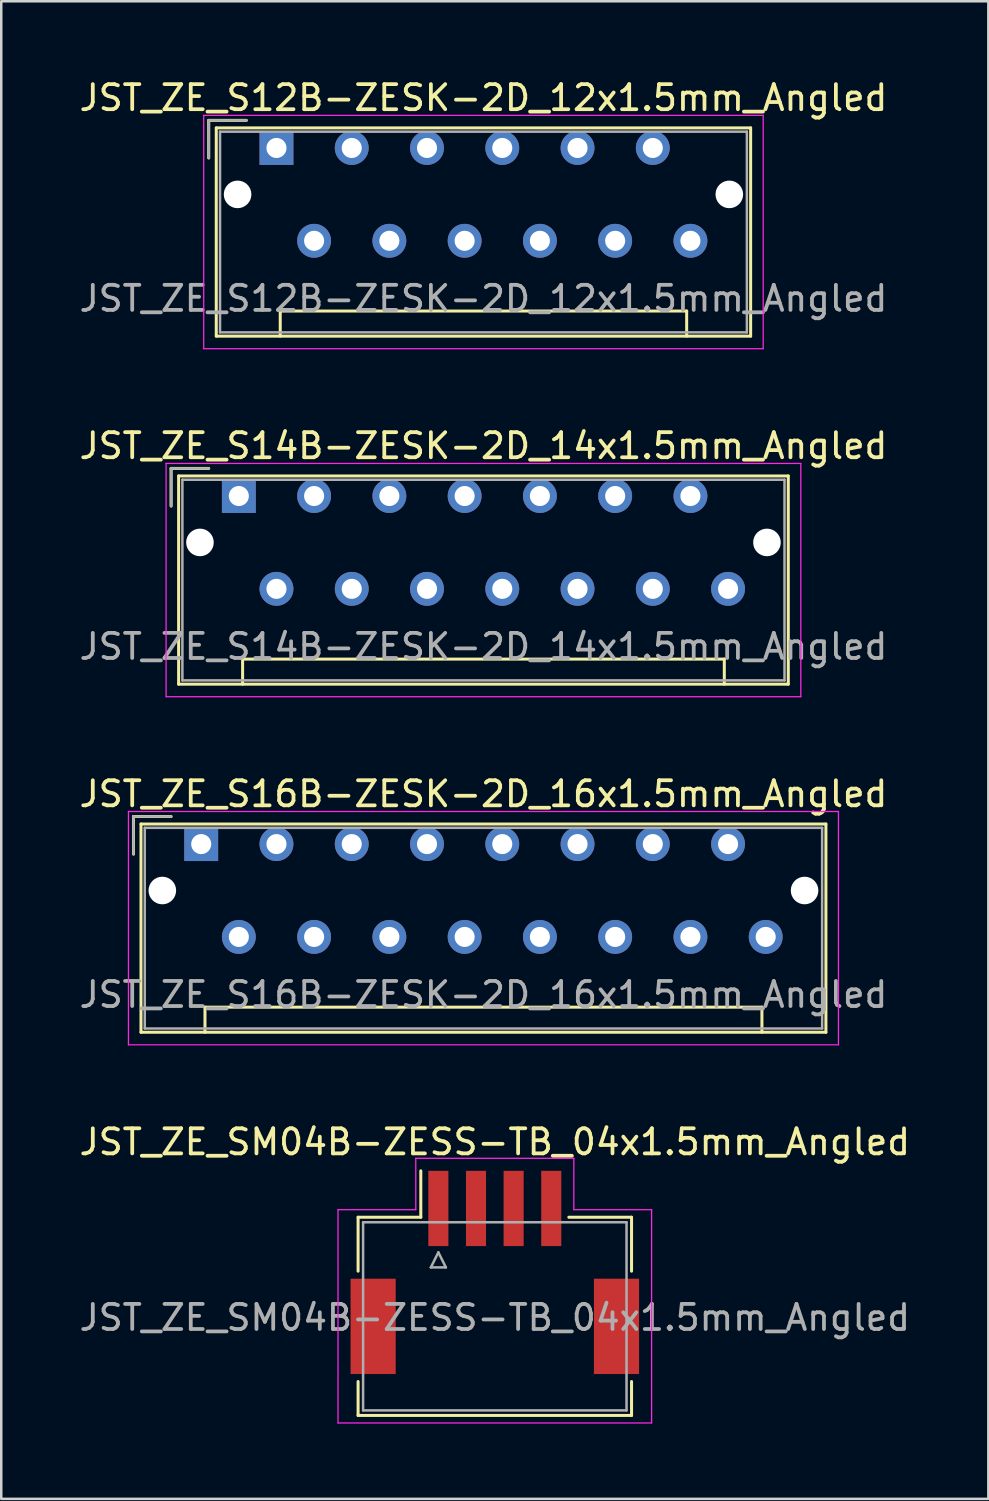
<source format=kicad_pcb>
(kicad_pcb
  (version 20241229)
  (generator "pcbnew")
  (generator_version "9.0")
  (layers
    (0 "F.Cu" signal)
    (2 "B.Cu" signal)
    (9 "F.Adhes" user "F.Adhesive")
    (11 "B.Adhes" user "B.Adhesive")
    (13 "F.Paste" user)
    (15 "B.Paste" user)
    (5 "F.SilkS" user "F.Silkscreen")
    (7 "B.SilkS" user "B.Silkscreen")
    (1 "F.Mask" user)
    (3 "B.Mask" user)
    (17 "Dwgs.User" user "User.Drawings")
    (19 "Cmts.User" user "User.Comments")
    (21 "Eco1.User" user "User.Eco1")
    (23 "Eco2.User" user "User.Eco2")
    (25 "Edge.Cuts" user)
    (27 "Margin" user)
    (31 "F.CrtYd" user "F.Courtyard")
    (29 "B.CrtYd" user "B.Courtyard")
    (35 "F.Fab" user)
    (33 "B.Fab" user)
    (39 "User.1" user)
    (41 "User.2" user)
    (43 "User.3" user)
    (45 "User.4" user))
  (footprint "JST_ZE_S14B-ZESK-2D_14x1.5mm_Angled"
    (layer "F.Cu")
    (at 6.47 16.721)
    (property "Reference" "JST_ZE_S14B-ZESK-2D_14x1.5mm_Angled" (at 9.75 -2 0) (layer "F.SilkS") (effects (font (size 1 1) (thickness 0.15))))
    (attr through_hole)
    (fp_line (start -2.7 -1.1) (end -1.2 -1.1) (stroke (width 0.12) (type solid)) (layer "F.SilkS"))
    (fp_line (start -2.7 0.4) (end -2.7 -1.1) (stroke (width 0.12) (type solid)) (layer "F.SilkS"))
    (fp_line (start -2.4 -0.8) (end -2.4 7.5) (stroke (width 0.12) (type solid)) (layer "F.SilkS"))
    (fp_line (start -2.4 7.5) (end 21.9 7.5) (stroke (width 0.12) (type solid)) (layer "F.SilkS"))
    (fp_line (start 0.15 6.5) (end 19.35 6.5) (stroke (width 0.12) (type solid)) (layer "F.SilkS"))
    (fp_line (start 0.15 7.5) (end 0.15 6.5) (stroke (width 0.12) (type solid)) (layer "F.SilkS"))
    (fp_line (start 19.35 6.5) (end 19.35 7.5) (stroke (width 0.12) (type solid)) (layer "F.SilkS"))
    (fp_line (start 21.9 -0.8) (end -2.4 -0.8) (stroke (width 0.12) (type solid)) (layer "F.SilkS"))
    (fp_line (start 21.9 7.5) (end 21.9 -0.8) (stroke (width 0.12) (type solid)) (layer "F.SilkS"))
    (fp_line (start -2.9 -1.3) (end -2.9 8) (stroke (width 0.05) (type solid)) (layer "F.CrtYd"))
    (fp_line (start -2.9 8) (end 22.4 8) (stroke (width 0.05) (type solid)) (layer "F.CrtYd"))
    (fp_line (start 22.4 -1.3) (end -2.9 -1.3) (stroke (width 0.05) (type solid)) (layer "F.CrtYd"))
    (fp_line (start 22.4 8) (end 22.4 -1.3) (stroke (width 0.05) (type solid)) (layer "F.CrtYd"))
    (fp_line (start -2.7 -1.1) (end -1.2 -1.1) (stroke (width 0.1) (type solid)) (layer "F.Fab"))
    (fp_line (start -2.7 0.4) (end -2.7 -1.1) (stroke (width 0.1) (type solid)) (layer "F.Fab"))
    (fp_line (start -2.25 -0.65) (end -2.25 7.35) (stroke (width 0.1) (type solid)) (layer "F.Fab"))
    (fp_line (start -2.25 7.35) (end 21.75 7.35) (stroke (width 0.1) (type solid)) (layer "F.Fab"))
    (fp_line (start 21.75 -0.65) (end -2.25 -0.65) (stroke (width 0.1) (type solid)) (layer "F.Fab"))
    (fp_line (start 21.75 7.35) (end 21.75 -0.65) (stroke (width 0.1) (type solid)) (layer "F.Fab"))
    (fp_text user "${REFERENCE}" (at 9.75 6 0) (layer "F.Fab") (effects (font (size 1 1) (thickness 0.15))))
    (pad "" np_thru_hole circle (at -1.55 1.85) (size 1.1 1.1) (drill 1.1) (layers "*.Cu"))
    (pad "" np_thru_hole circle (at 21.05 1.85) (size 1.1 1.1) (drill 1.1) (layers "*.Cu"))
    (pad "1" thru_hole rect (at 0 0) (size 1.35 1.35) (drill 0.8) (layers "*.Cu" "*.Mask"))
    (pad "2" thru_hole circle (at 1.5 3.7) (size 1.35 1.35) (drill 0.8) (layers "*.Cu" "*.Mask"))
    (pad "3" thru_hole circle (at 3 0) (size 1.35 1.35) (drill 0.8) (layers "*.Cu" "*.Mask"))
    (pad "4" thru_hole circle (at 4.5 3.7) (size 1.35 1.35) (drill 0.8) (layers "*.Cu" "*.Mask"))
    (pad "5" thru_hole circle (at 6 0) (size 1.35 1.35) (drill 0.8) (layers "*.Cu" "*.Mask"))
    (pad "6" thru_hole circle (at 7.5 3.7) (size 1.35 1.35) (drill 0.8) (layers "*.Cu" "*.Mask"))
    (pad "7" thru_hole circle (at 9 0) (size 1.35 1.35) (drill 0.8) (layers "*.Cu" "*.Mask"))
    (pad "8" thru_hole circle (at 10.5 3.7) (size 1.35 1.35) (drill 0.8) (layers "*.Cu" "*.Mask"))
    (pad "9" thru_hole circle (at 12 0) (size 1.35 1.35) (drill 0.8) (layers "*.Cu" "*.Mask"))
    (pad "10" thru_hole circle (at 13.5 3.7) (size 1.35 1.35) (drill 0.8) (layers "*.Cu" "*.Mask"))
    (pad "11" thru_hole circle (at 15 0) (size 1.35 1.35) (drill 0.8) (layers "*.Cu" "*.Mask"))
    (pad "12" thru_hole circle (at 16.5 3.7) (size 1.35 1.35) (drill 0.8) (layers "*.Cu" "*.Mask"))
    (pad "13" thru_hole circle (at 18 0) (size 1.35 1.35) (drill 0.8) (layers "*.Cu" "*.Mask"))
    (pad "14" thru_hole circle (at 19.5 3.7) (size 1.35 1.35) (drill 0.8) (layers "*.Cu" "*.Mask")))
  (footprint "JST_ZE_S16B-ZESK-2D_16x1.5mm_Angled"
    (layer "F.Cu")
    (at 4.97 30.595)
    (property "Reference" "JST_ZE_S16B-ZESK-2D_16x1.5mm_Angled" (at 11.25 -2 0) (layer "F.SilkS") (effects (font (size 1 1) (thickness 0.15))))
    (attr through_hole)
    (fp_line (start -2.7 -1.1) (end -1.2 -1.1) (stroke (width 0.12) (type solid)) (layer "F.SilkS"))
    (fp_line (start -2.7 0.4) (end -2.7 -1.1) (stroke (width 0.12) (type solid)) (layer "F.SilkS"))
    (fp_line (start -2.4 -0.8) (end -2.4 7.5) (stroke (width 0.12) (type solid)) (layer "F.SilkS"))
    (fp_line (start -2.4 7.5) (end 24.9 7.5) (stroke (width 0.12) (type solid)) (layer "F.SilkS"))
    (fp_line (start 0.15 6.5) (end 22.35 6.5) (stroke (width 0.12) (type solid)) (layer "F.SilkS"))
    (fp_line (start 0.15 7.5) (end 0.15 6.5) (stroke (width 0.12) (type solid)) (layer "F.SilkS"))
    (fp_line (start 22.35 6.5) (end 22.35 7.5) (stroke (width 0.12) (type solid)) (layer "F.SilkS"))
    (fp_line (start 24.9 -0.8) (end -2.4 -0.8) (stroke (width 0.12) (type solid)) (layer "F.SilkS"))
    (fp_line (start 24.9 7.5) (end 24.9 -0.8) (stroke (width 0.12) (type solid)) (layer "F.SilkS"))
    (fp_line (start -2.9 -1.3) (end -2.9 8) (stroke (width 0.05) (type solid)) (layer "F.CrtYd"))
    (fp_line (start -2.9 8) (end 25.4 8) (stroke (width 0.05) (type solid)) (layer "F.CrtYd"))
    (fp_line (start 25.4 -1.3) (end -2.9 -1.3) (stroke (width 0.05) (type solid)) (layer "F.CrtYd"))
    (fp_line (start 25.4 8) (end 25.4 -1.3) (stroke (width 0.05) (type solid)) (layer "F.CrtYd"))
    (fp_line (start -2.7 -1.1) (end -1.2 -1.1) (stroke (width 0.1) (type solid)) (layer "F.Fab"))
    (fp_line (start -2.7 0.4) (end -2.7 -1.1) (stroke (width 0.1) (type solid)) (layer "F.Fab"))
    (fp_line (start -2.25 -0.65) (end -2.25 7.35) (stroke (width 0.1) (type solid)) (layer "F.Fab"))
    (fp_line (start -2.25 7.35) (end 24.75 7.35) (stroke (width 0.1) (type solid)) (layer "F.Fab"))
    (fp_line (start 24.75 -0.65) (end -2.25 -0.65) (stroke (width 0.1) (type solid)) (layer "F.Fab"))
    (fp_line (start 24.75 7.35) (end 24.75 -0.65) (stroke (width 0.1) (type solid)) (layer "F.Fab"))
    (fp_text user "${REFERENCE}" (at 11.25 6 0) (layer "F.Fab") (effects (font (size 1 1) (thickness 0.15))))
    (pad "" np_thru_hole circle (at -1.55 1.85) (size 1.1 1.1) (drill 1.1) (layers "*.Cu"))
    (pad "" np_thru_hole circle (at 24.05 1.85) (size 1.1 1.1) (drill 1.1) (layers "*.Cu"))
    (pad "1" thru_hole rect (at 0 0) (size 1.35 1.35) (drill 0.8) (layers "*.Cu" "*.Mask"))
    (pad "2" thru_hole circle (at 1.5 3.7) (size 1.35 1.35) (drill 0.8) (layers "*.Cu" "*.Mask"))
    (pad "3" thru_hole circle (at 3 0) (size 1.35 1.35) (drill 0.8) (layers "*.Cu" "*.Mask"))
    (pad "4" thru_hole circle (at 4.5 3.7) (size 1.35 1.35) (drill 0.8) (layers "*.Cu" "*.Mask"))
    (pad "5" thru_hole circle (at 6 0) (size 1.35 1.35) (drill 0.8) (layers "*.Cu" "*.Mask"))
    (pad "6" thru_hole circle (at 7.5 3.7) (size 1.35 1.35) (drill 0.8) (layers "*.Cu" "*.Mask"))
    (pad "7" thru_hole circle (at 9 0) (size 1.35 1.35) (drill 0.8) (layers "*.Cu" "*.Mask"))
    (pad "8" thru_hole circle (at 10.5 3.7) (size 1.35 1.35) (drill 0.8) (layers "*.Cu" "*.Mask"))
    (pad "9" thru_hole circle (at 12 0) (size 1.35 1.35) (drill 0.8) (layers "*.Cu" "*.Mask"))
    (pad "10" thru_hole circle (at 13.5 3.7) (size 1.35 1.35) (drill 0.8) (layers "*.Cu" "*.Mask"))
    (pad "11" thru_hole circle (at 15 0) (size 1.35 1.35) (drill 0.8) (layers "*.Cu" "*.Mask"))
    (pad "12" thru_hole circle (at 16.5 3.7) (size 1.35 1.35) (drill 0.8) (layers "*.Cu" "*.Mask"))
    (pad "13" thru_hole circle (at 18 0) (size 1.35 1.35) (drill 0.8) (layers "*.Cu" "*.Mask"))
    (pad "14" thru_hole circle (at 19.5 3.7) (size 1.35 1.35) (drill 0.8) (layers "*.Cu" "*.Mask"))
    (pad "15" thru_hole circle (at 21 0) (size 1.35 1.35) (drill 0.8) (layers "*.Cu" "*.Mask"))
    (pad "16" thru_hole circle (at 22.5 3.7) (size 1.35 1.35) (drill 0.8) (layers "*.Cu" "*.Mask")))
  (footprint "JST_ZE_S12B-ZESK-2D_12x1.5mm_Angled"
    (layer "F.Cu")
    (at 7.97 2.848)
    (property "Reference" "JST_ZE_S12B-ZESK-2D_12x1.5mm_Angled" (at 8.25 -2 0) (layer "F.SilkS") (effects (font (size 1 1) (thickness 0.15))))
    (attr through_hole)
    (fp_line (start -2.7 -1.1) (end -1.2 -1.1) (stroke (width 0.12) (type solid)) (layer "F.SilkS"))
    (fp_line (start -2.7 0.4) (end -2.7 -1.1) (stroke (width 0.12) (type solid)) (layer "F.SilkS"))
    (fp_line (start -2.4 -0.8) (end -2.4 7.5) (stroke (width 0.12) (type solid)) (layer "F.SilkS"))
    (fp_line (start -2.4 7.5) (end 18.9 7.5) (stroke (width 0.12) (type solid)) (layer "F.SilkS"))
    (fp_line (start 0.15 6.5) (end 16.35 6.5) (stroke (width 0.12) (type solid)) (layer "F.SilkS"))
    (fp_line (start 0.15 7.5) (end 0.15 6.5) (stroke (width 0.12) (type solid)) (layer "F.SilkS"))
    (fp_line (start 16.35 6.5) (end 16.35 7.5) (stroke (width 0.12) (type solid)) (layer "F.SilkS"))
    (fp_line (start 18.9 -0.8) (end -2.4 -0.8) (stroke (width 0.12) (type solid)) (layer "F.SilkS"))
    (fp_line (start 18.9 7.5) (end 18.9 -0.8) (stroke (width 0.12) (type solid)) (layer "F.SilkS"))
    (fp_line (start -2.9 -1.3) (end -2.9 8) (stroke (width 0.05) (type solid)) (layer "F.CrtYd"))
    (fp_line (start -2.9 8) (end 19.4 8) (stroke (width 0.05) (type solid)) (layer "F.CrtYd"))
    (fp_line (start 19.4 -1.3) (end -2.9 -1.3) (stroke (width 0.05) (type solid)) (layer "F.CrtYd"))
    (fp_line (start 19.4 8) (end 19.4 -1.3) (stroke (width 0.05) (type solid)) (layer "F.CrtYd"))
    (fp_line (start -2.7 -1.1) (end -1.2 -1.1) (stroke (width 0.1) (type solid)) (layer "F.Fab"))
    (fp_line (start -2.7 0.4) (end -2.7 -1.1) (stroke (width 0.1) (type solid)) (layer "F.Fab"))
    (fp_line (start -2.25 -0.65) (end -2.25 7.35) (stroke (width 0.1) (type solid)) (layer "F.Fab"))
    (fp_line (start -2.25 7.35) (end 18.75 7.35) (stroke (width 0.1) (type solid)) (layer "F.Fab"))
    (fp_line (start 18.75 -0.65) (end -2.25 -0.65) (stroke (width 0.1) (type solid)) (layer "F.Fab"))
    (fp_line (start 18.75 7.35) (end 18.75 -0.65) (stroke (width 0.1) (type solid)) (layer "F.Fab"))
    (fp_text user "${REFERENCE}" (at 8.25 6 0) (layer "F.Fab") (effects (font (size 1 1) (thickness 0.15))))
    (pad "" np_thru_hole circle (at -1.55 1.85) (size 1.1 1.1) (drill 1.1) (layers "*.Cu"))
    (pad "" np_thru_hole circle (at 18.05 1.85) (size 1.1 1.1) (drill 1.1) (layers "*.Cu"))
    (pad "1" thru_hole rect (at 0 0) (size 1.35 1.35) (drill 0.8) (layers "*.Cu" "*.Mask"))
    (pad "2" thru_hole circle (at 1.5 3.7) (size 1.35 1.35) (drill 0.8) (layers "*.Cu" "*.Mask"))
    (pad "3" thru_hole circle (at 3 0) (size 1.35 1.35) (drill 0.8) (layers "*.Cu" "*.Mask"))
    (pad "4" thru_hole circle (at 4.5 3.7) (size 1.35 1.35) (drill 0.8) (layers "*.Cu" "*.Mask"))
    (pad "5" thru_hole circle (at 6 0) (size 1.35 1.35) (drill 0.8) (layers "*.Cu" "*.Mask"))
    (pad "6" thru_hole circle (at 7.5 3.7) (size 1.35 1.35) (drill 0.8) (layers "*.Cu" "*.Mask"))
    (pad "7" thru_hole circle (at 9 0) (size 1.35 1.35) (drill 0.8) (layers "*.Cu" "*.Mask"))
    (pad "8" thru_hole circle (at 10.5 3.7) (size 1.35 1.35) (drill 0.8) (layers "*.Cu" "*.Mask"))
    (pad "9" thru_hole circle (at 12 0) (size 1.35 1.35) (drill 0.8) (layers "*.Cu" "*.Mask"))
    (pad "10" thru_hole circle (at 13.5 3.7) (size 1.35 1.35) (drill 0.8) (layers "*.Cu" "*.Mask"))
    (pad "11" thru_hole circle (at 15 0) (size 1.35 1.35) (drill 0.8) (layers "*.Cu" "*.Mask"))
    (pad "12" thru_hole circle (at 16.5 3.7) (size 1.35 1.35) (drill 0.8) (layers "*.Cu" "*.Mask")))
  (footprint "JST_ZE_SM04B-ZESS-TB_04x1.5mm_Angled"
    (layer "F.Cu")
    (at 16.673 47.468)
    (property "Reference" "JST_ZE_SM04B-ZESS-TB_04x1.5mm_Angled" (at 0 -5 0) (layer "F.SilkS") (effects (font (size 1 1) (thickness 0.15))))
    (attr smd)
    (fp_line (start -5.45 -2) (end -2.95 -2) (stroke (width 0.12) (type solid)) (layer "F.SilkS"))
    (fp_line (start -5.45 0.15) (end -5.45 -2) (stroke (width 0.12) (type solid)) (layer "F.SilkS"))
    (fp_line (start -5.45 4.55) (end -5.45 5.9) (stroke (width 0.12) (type solid)) (layer "F.SilkS"))
    (fp_line (start -5.45 5.9) (end 5.45 5.9) (stroke (width 0.12) (type solid)) (layer "F.SilkS"))
    (fp_line (start -2.95 -2) (end -2.95 -3.85) (stroke (width 0.12) (type solid)) (layer "F.SilkS"))
    (fp_line (start 5.45 -2) (end 2.95 -2) (stroke (width 0.12) (type solid)) (layer "F.SilkS"))
    (fp_line (start 5.45 0.15) (end 5.45 -2) (stroke (width 0.12) (type solid)) (layer "F.SilkS"))
    (fp_line (start 5.45 5.9) (end 5.45 4.55) (stroke (width 0.12) (type solid)) (layer "F.SilkS"))
    (fp_line (start -6.25 -2.3) (end -6.25 6.2) (stroke (width 0.05) (type solid)) (layer "F.CrtYd"))
    (fp_line (start -6.25 6.2) (end 6.25 6.2) (stroke (width 0.05) (type solid)) (layer "F.CrtYd"))
    (fp_line (start -3.15 -4.35) (end -3.15 -2.3) (stroke (width 0.05) (type solid)) (layer "F.CrtYd"))
    (fp_line (start -3.15 -2.3) (end -6.25 -2.3) (stroke (width 0.05) (type solid)) (layer "F.CrtYd"))
    (fp_line (start 3.15 -4.35) (end -3.15 -4.35) (stroke (width 0.05) (type solid)) (layer "F.CrtYd"))
    (fp_line (start 3.15 -2.3) (end 3.15 -4.35) (stroke (width 0.05) (type solid)) (layer "F.CrtYd"))
    (fp_line (start 6.25 -2.3) (end 3.15 -2.3) (stroke (width 0.05) (type solid)) (layer "F.CrtYd"))
    (fp_line (start 6.25 6.2) (end 6.25 -2.3) (stroke (width 0.05) (type solid)) (layer "F.CrtYd"))
    (fp_line (start -5.25 -1.8) (end -5.25 5.7) (stroke (width 0.1) (type solid)) (layer "F.Fab"))
    (fp_line (start -5.25 5.7) (end 5.25 5.7) (stroke (width 0.1) (type solid)) (layer "F.Fab"))
    (fp_line (start -2.55 0) (end -1.95 0) (stroke (width 0.1) (type solid)) (layer "F.Fab"))
    (fp_line (start -2.25 -0.6) (end -2.55 0) (stroke (width 0.1) (type solid)) (layer "F.Fab"))
    (fp_line (start -1.95 0) (end -2.25 -0.6) (stroke (width 0.1) (type solid)) (layer "F.Fab"))
    (fp_line (start 5.25 -1.8) (end -5.25 -1.8) (stroke (width 0.1) (type solid)) (layer "F.Fab"))
    (fp_line (start 5.25 5.7) (end 5.25 -1.8) (stroke (width 0.1) (type solid)) (layer "F.Fab"))
    (fp_text user "${REFERENCE}" (at 0 2 0) (layer "F.Fab") (effects (font (size 1 1) (thickness 0.15))))
    (pad "" smd rect (at -4.85 2.35) (size 1.8 3.8) (layers "F.Cu" "F.Mask" "F.Paste"))
    (pad "" smd rect (at 4.85 2.35) (size 1.8 3.8) (layers "F.Cu" "F.Mask" "F.Paste"))
    (pad "1" smd rect (at -2.25 -2.35) (size 0.8 3) (layers "F.Cu" "F.Mask" "F.Paste"))
    (pad "2" smd rect (at -0.75 -2.35) (size 0.8 3) (layers "F.Cu" "F.Mask" "F.Paste"))
    (pad "3" smd rect (at 0.75 -2.35) (size 0.8 3) (layers "F.Cu" "F.Mask" "F.Paste"))
    (pad "4" smd rect (at 2.25 -2.35) (size 0.8 3) (layers "F.Cu" "F.Mask" "F.Paste")))
  (gr_rect
    (start -3 -3)
    (end 36.345 56.693)
    (stroke (width 0.1) (type default))
    (fill no)
    (layer "Edge.Cuts")))
</source>
